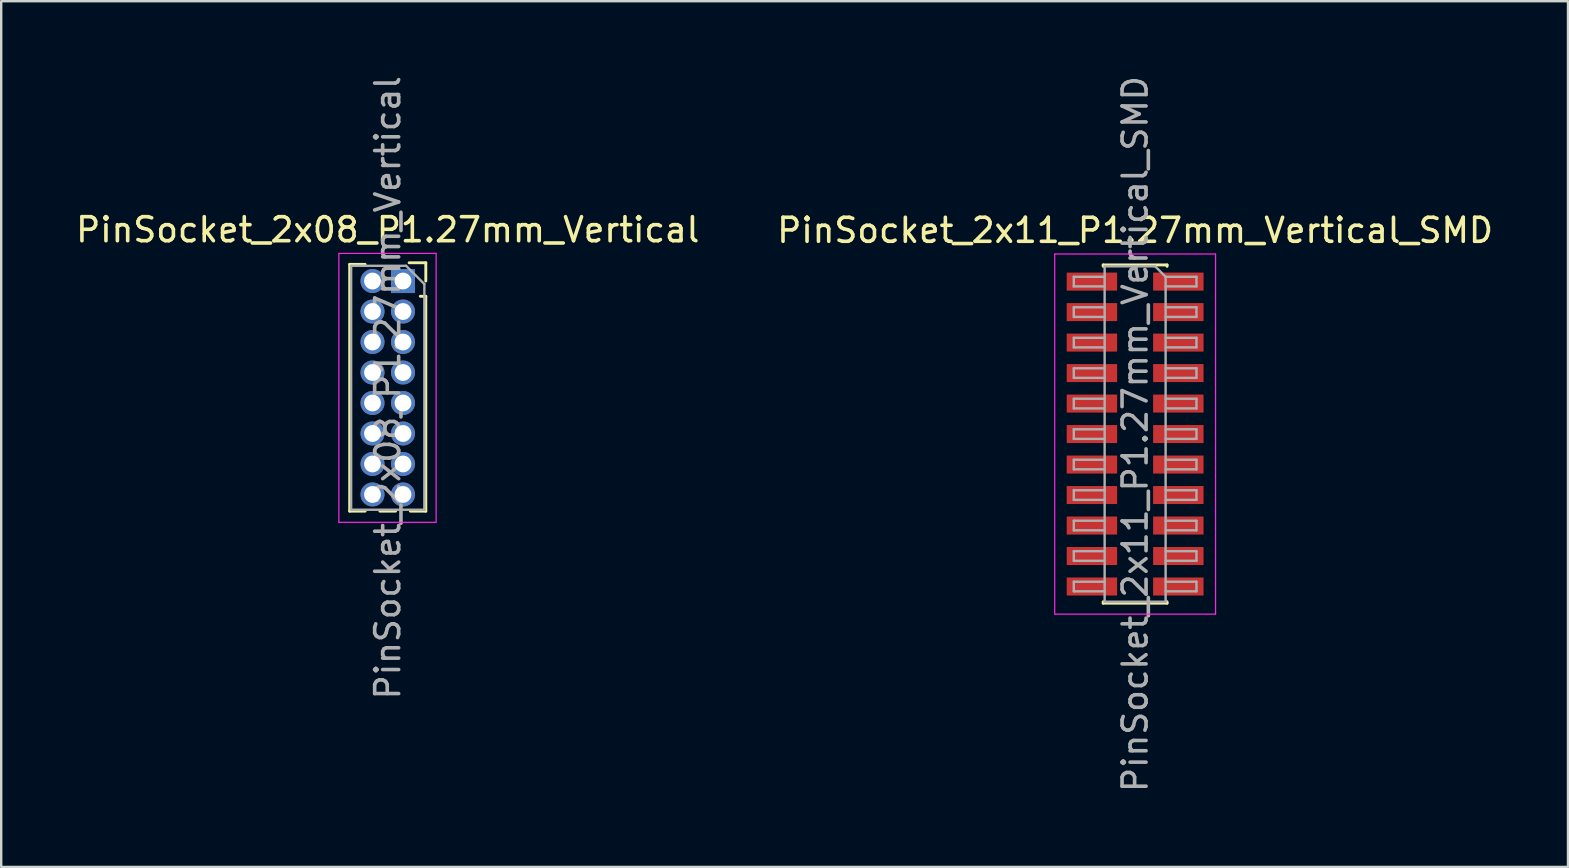
<source format=kicad_pcb>
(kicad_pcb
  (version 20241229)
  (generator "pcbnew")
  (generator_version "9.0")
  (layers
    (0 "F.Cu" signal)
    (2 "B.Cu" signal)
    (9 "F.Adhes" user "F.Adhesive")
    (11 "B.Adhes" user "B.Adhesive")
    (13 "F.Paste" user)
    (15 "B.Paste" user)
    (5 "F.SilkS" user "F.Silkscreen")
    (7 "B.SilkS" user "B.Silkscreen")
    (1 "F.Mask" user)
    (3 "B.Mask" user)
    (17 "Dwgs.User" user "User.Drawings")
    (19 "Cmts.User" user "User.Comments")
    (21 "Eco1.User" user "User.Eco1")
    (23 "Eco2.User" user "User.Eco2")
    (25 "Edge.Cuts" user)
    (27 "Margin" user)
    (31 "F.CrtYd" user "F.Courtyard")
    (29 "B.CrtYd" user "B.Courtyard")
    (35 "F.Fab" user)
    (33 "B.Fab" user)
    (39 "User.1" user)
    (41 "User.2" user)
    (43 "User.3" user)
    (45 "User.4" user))
  (footprint "PinSocket_2x11_P1.27mm_Vertical_SMD"
    (layer "F.Cu")
    (at 44.232 15.03)
    (property "Reference" "PinSocket_2x11_P1.27mm_Vertical_SMD" (at 0 -8.485 0) (layer "F.SilkS") (effects (font (size 1 1) (thickness 0.15))))
    (attr smd)
    (fp_line (start -1.33 -7.045) (end -1.33 -6.985) (stroke (width 0.12) (type solid)) (layer "F.SilkS"))
    (fp_line (start -1.33 -7.045) (end 1.33 -7.045) (stroke (width 0.12) (type solid)) (layer "F.SilkS"))
    (fp_line (start -1.33 6.985) (end -1.33 7.045) (stroke (width 0.12) (type solid)) (layer "F.SilkS"))
    (fp_line (start -1.33 7.045) (end 1.33 7.045) (stroke (width 0.12) (type solid)) (layer "F.SilkS"))
    (fp_line (start 1.33 -7.045) (end 1.33 -6.985) (stroke (width 0.12) (type solid)) (layer "F.SilkS"))
    (fp_line (start 1.33 6.985) (end 1.33 7.045) (stroke (width 0.12) (type solid)) (layer "F.SilkS"))
    (fp_line (start -3.35 -7.5) (end 3.35 -7.5) (stroke (width 0.05) (type solid)) (layer "F.CrtYd"))
    (fp_line (start -3.35 7.5) (end -3.35 -7.5) (stroke (width 0.05) (type solid)) (layer "F.CrtYd"))
    (fp_line (start 3.35 -7.5) (end 3.35 7.5) (stroke (width 0.05) (type solid)) (layer "F.CrtYd"))
    (fp_line (start 3.35 7.5) (end -3.35 7.5) (stroke (width 0.05) (type solid)) (layer "F.CrtYd"))
    (fp_line (start -2.555 -6.55) (end -1.27 -6.55) (stroke (width 0.1) (type solid)) (layer "F.Fab"))
    (fp_line (start -2.555 -6.15) (end -2.555 -6.55) (stroke (width 0.1) (type solid)) (layer "F.Fab"))
    (fp_line (start -2.555 -5.28) (end -1.27 -5.28) (stroke (width 0.1) (type solid)) (layer "F.Fab"))
    (fp_line (start -2.555 -4.88) (end -2.555 -5.28) (stroke (width 0.1) (type solid)) (layer "F.Fab"))
    (fp_line (start -2.555 -4.01) (end -1.27 -4.01) (stroke (width 0.1) (type solid)) (layer "F.Fab"))
    (fp_line (start -2.555 -3.61) (end -2.555 -4.01) (stroke (width 0.1) (type solid)) (layer "F.Fab"))
    (fp_line (start -2.555 -2.74) (end -1.27 -2.74) (stroke (width 0.1) (type solid)) (layer "F.Fab"))
    (fp_line (start -2.555 -2.34) (end -2.555 -2.74) (stroke (width 0.1) (type solid)) (layer "F.Fab"))
    (fp_line (start -2.555 -1.47) (end -1.27 -1.47) (stroke (width 0.1) (type solid)) (layer "F.Fab"))
    (fp_line (start -2.555 -1.07) (end -2.555 -1.47) (stroke (width 0.1) (type solid)) (layer "F.Fab"))
    (fp_line (start -2.555 -0.2) (end -1.27 -0.2) (stroke (width 0.1) (type solid)) (layer "F.Fab"))
    (fp_line (start -2.555 0.2) (end -2.555 -0.2) (stroke (width 0.1) (type solid)) (layer "F.Fab"))
    (fp_line (start -2.555 1.07) (end -1.27 1.07) (stroke (width 0.1) (type solid)) (layer "F.Fab"))
    (fp_line (start -2.555 1.47) (end -2.555 1.07) (stroke (width 0.1) (type solid)) (layer "F.Fab"))
    (fp_line (start -2.555 2.34) (end -1.27 2.34) (stroke (width 0.1) (type solid)) (layer "F.Fab"))
    (fp_line (start -2.555 2.74) (end -2.555 2.34) (stroke (width 0.1) (type solid)) (layer "F.Fab"))
    (fp_line (start -2.555 3.61) (end -1.27 3.61) (stroke (width 0.1) (type solid)) (layer "F.Fab"))
    (fp_line (start -2.555 4.01) (end -2.555 3.61) (stroke (width 0.1) (type solid)) (layer "F.Fab"))
    (fp_line (start -2.555 4.88) (end -1.27 4.88) (stroke (width 0.1) (type solid)) (layer "F.Fab"))
    (fp_line (start -2.555 5.28) (end -2.555 4.88) (stroke (width 0.1) (type solid)) (layer "F.Fab"))
    (fp_line (start -2.555 6.15) (end -1.27 6.15) (stroke (width 0.1) (type solid)) (layer "F.Fab"))
    (fp_line (start -2.555 6.55) (end -2.555 6.15) (stroke (width 0.1) (type solid)) (layer "F.Fab"))
    (fp_line (start -1.27 -6.985) (end 0.835 -6.985) (stroke (width 0.1) (type solid)) (layer "F.Fab"))
    (fp_line (start -1.27 -6.15) (end -2.555 -6.15) (stroke (width 0.1) (type solid)) (layer "F.Fab"))
    (fp_line (start -1.27 -4.88) (end -2.555 -4.88) (stroke (width 0.1) (type solid)) (layer "F.Fab"))
    (fp_line (start -1.27 -3.61) (end -2.555 -3.61) (stroke (width 0.1) (type solid)) (layer "F.Fab"))
    (fp_line (start -1.27 -2.34) (end -2.555 -2.34) (stroke (width 0.1) (type solid)) (layer "F.Fab"))
    (fp_line (start -1.27 -1.07) (end -2.555 -1.07) (stroke (width 0.1) (type solid)) (layer "F.Fab"))
    (fp_line (start -1.27 0.2) (end -2.555 0.2) (stroke (width 0.1) (type solid)) (layer "F.Fab"))
    (fp_line (start -1.27 1.47) (end -2.555 1.47) (stroke (width 0.1) (type solid)) (layer "F.Fab"))
    (fp_line (start -1.27 2.74) (end -2.555 2.74) (stroke (width 0.1) (type solid)) (layer "F.Fab"))
    (fp_line (start -1.27 4.01) (end -2.555 4.01) (stroke (width 0.1) (type solid)) (layer "F.Fab"))
    (fp_line (start -1.27 5.28) (end -2.555 5.28) (stroke (width 0.1) (type solid)) (layer "F.Fab"))
    (fp_line (start -1.27 6.55) (end -2.555 6.55) (stroke (width 0.1) (type solid)) (layer "F.Fab"))
    (fp_line (start -1.27 6.985) (end -1.27 -6.985) (stroke (width 0.1) (type solid)) (layer "F.Fab"))
    (fp_line (start 0.835 -6.985) (end 1.27 -6.55) (stroke (width 0.1) (type solid)) (layer "F.Fab"))
    (fp_line (start 1.27 -6.55) (end 1.27 6.985) (stroke (width 0.1) (type solid)) (layer "F.Fab"))
    (fp_line (start 1.27 -6.55) (end 2.555 -6.55) (stroke (width 0.1) (type solid)) (layer "F.Fab"))
    (fp_line (start 1.27 -5.28) (end 2.555 -5.28) (stroke (width 0.1) (type solid)) (layer "F.Fab"))
    (fp_line (start 1.27 -4.01) (end 2.555 -4.01) (stroke (width 0.1) (type solid)) (layer "F.Fab"))
    (fp_line (start 1.27 -2.74) (end 2.555 -2.74) (stroke (width 0.1) (type solid)) (layer "F.Fab"))
    (fp_line (start 1.27 -1.47) (end 2.555 -1.47) (stroke (width 0.1) (type solid)) (layer "F.Fab"))
    (fp_line (start 1.27 -0.2) (end 2.555 -0.2) (stroke (width 0.1) (type solid)) (layer "F.Fab"))
    (fp_line (start 1.27 1.07) (end 2.555 1.07) (stroke (width 0.1) (type solid)) (layer "F.Fab"))
    (fp_line (start 1.27 2.34) (end 2.555 2.34) (stroke (width 0.1) (type solid)) (layer "F.Fab"))
    (fp_line (start 1.27 3.61) (end 2.555 3.61) (stroke (width 0.1) (type solid)) (layer "F.Fab"))
    (fp_line (start 1.27 4.88) (end 2.555 4.88) (stroke (width 0.1) (type solid)) (layer "F.Fab"))
    (fp_line (start 1.27 6.15) (end 2.555 6.15) (stroke (width 0.1) (type solid)) (layer "F.Fab"))
    (fp_line (start 1.27 6.985) (end -1.27 6.985) (stroke (width 0.1) (type solid)) (layer "F.Fab"))
    (fp_line (start 2.555 -6.55) (end 2.555 -6.15) (stroke (width 0.1) (type solid)) (layer "F.Fab"))
    (fp_line (start 2.555 -6.15) (end 1.27 -6.15) (stroke (width 0.1) (type solid)) (layer "F.Fab"))
    (fp_line (start 2.555 -5.28) (end 2.555 -4.88) (stroke (width 0.1) (type solid)) (layer "F.Fab"))
    (fp_line (start 2.555 -4.88) (end 1.27 -4.88) (stroke (width 0.1) (type solid)) (layer "F.Fab"))
    (fp_line (start 2.555 -4.01) (end 2.555 -3.61) (stroke (width 0.1) (type solid)) (layer "F.Fab"))
    (fp_line (start 2.555 -3.61) (end 1.27 -3.61) (stroke (width 0.1) (type solid)) (layer "F.Fab"))
    (fp_line (start 2.555 -2.74) (end 2.555 -2.34) (stroke (width 0.1) (type solid)) (layer "F.Fab"))
    (fp_line (start 2.555 -2.34) (end 1.27 -2.34) (stroke (width 0.1) (type solid)) (layer "F.Fab"))
    (fp_line (start 2.555 -1.47) (end 2.555 -1.07) (stroke (width 0.1) (type solid)) (layer "F.Fab"))
    (fp_line (start 2.555 -1.07) (end 1.27 -1.07) (stroke (width 0.1) (type solid)) (layer "F.Fab"))
    (fp_line (start 2.555 -0.2) (end 2.555 0.2) (stroke (width 0.1) (type solid)) (layer "F.Fab"))
    (fp_line (start 2.555 0.2) (end 1.27 0.2) (stroke (width 0.1) (type solid)) (layer "F.Fab"))
    (fp_line (start 2.555 1.07) (end 2.555 1.47) (stroke (width 0.1) (type solid)) (layer "F.Fab"))
    (fp_line (start 2.555 1.47) (end 1.27 1.47) (stroke (width 0.1) (type solid)) (layer "F.Fab"))
    (fp_line (start 2.555 2.34) (end 2.555 2.74) (stroke (width 0.1) (type solid)) (layer "F.Fab"))
    (fp_line (start 2.555 2.74) (end 1.27 2.74) (stroke (width 0.1) (type solid)) (layer "F.Fab"))
    (fp_line (start 2.555 3.61) (end 2.555 4.01) (stroke (width 0.1) (type solid)) (layer "F.Fab"))
    (fp_line (start 2.555 4.01) (end 1.27 4.01) (stroke (width 0.1) (type solid)) (layer "F.Fab"))
    (fp_line (start 2.555 4.88) (end 2.555 5.28) (stroke (width 0.1) (type solid)) (layer "F.Fab"))
    (fp_line (start 2.555 5.28) (end 1.27 5.28) (stroke (width 0.1) (type solid)) (layer "F.Fab"))
    (fp_line (start 2.555 6.15) (end 2.555 6.55) (stroke (width 0.1) (type solid)) (layer "F.Fab"))
    (fp_line (start 2.555 6.55) (end 1.27 6.55) (stroke (width 0.1) (type solid)) (layer "F.Fab"))
    (fp_text user "${REFERENCE}" (at 0 0 90) (layer "F.Fab") (effects (font (size 1 1) (thickness 0.15))))
    (pad "1" smd rect (at 1.8 -6.35) (size 2.1 0.75) (layers "F.Cu" "F.Mask" "F.Paste"))
    (pad "2" smd rect (at -1.8 -6.35) (size 2.1 0.75) (layers "F.Cu" "F.Mask" "F.Paste"))
    (pad "3" smd rect (at 1.8 -5.08) (size 2.1 0.75) (layers "F.Cu" "F.Mask" "F.Paste"))
    (pad "4" smd rect (at -1.8 -5.08) (size 2.1 0.75) (layers "F.Cu" "F.Mask" "F.Paste"))
    (pad "5" smd rect (at 1.8 -3.81) (size 2.1 0.75) (layers "F.Cu" "F.Mask" "F.Paste"))
    (pad "6" smd rect (at -1.8 -3.81) (size 2.1 0.75) (layers "F.Cu" "F.Mask" "F.Paste"))
    (pad "7" smd rect (at 1.8 -2.54) (size 2.1 0.75) (layers "F.Cu" "F.Mask" "F.Paste"))
    (pad "8" smd rect (at -1.8 -2.54) (size 2.1 0.75) (layers "F.Cu" "F.Mask" "F.Paste"))
    (pad "9" smd rect (at 1.8 -1.27) (size 2.1 0.75) (layers "F.Cu" "F.Mask" "F.Paste"))
    (pad "10" smd rect (at -1.8 -1.27) (size 2.1 0.75) (layers "F.Cu" "F.Mask" "F.Paste"))
    (pad "11" smd rect (at 1.8 0) (size 2.1 0.75) (layers "F.Cu" "F.Mask" "F.Paste"))
    (pad "12" smd rect (at -1.8 0) (size 2.1 0.75) (layers "F.Cu" "F.Mask" "F.Paste"))
    (pad "13" smd rect (at 1.8 1.27) (size 2.1 0.75) (layers "F.Cu" "F.Mask" "F.Paste"))
    (pad "14" smd rect (at -1.8 1.27) (size 2.1 0.75) (layers "F.Cu" "F.Mask" "F.Paste"))
    (pad "15" smd rect (at 1.8 2.54) (size 2.1 0.75) (layers "F.Cu" "F.Mask" "F.Paste"))
    (pad "16" smd rect (at -1.8 2.54) (size 2.1 0.75) (layers "F.Cu" "F.Mask" "F.Paste"))
    (pad "17" smd rect (at 1.8 3.81) (size 2.1 0.75) (layers "F.Cu" "F.Mask" "F.Paste"))
    (pad "18" smd rect (at -1.8 3.81) (size 2.1 0.75) (layers "F.Cu" "F.Mask" "F.Paste"))
    (pad "19" smd rect (at 1.8 5.08) (size 2.1 0.75) (layers "F.Cu" "F.Mask" "F.Paste"))
    (pad "20" smd rect (at -1.8 5.08) (size 2.1 0.75) (layers "F.Cu" "F.Mask" "F.Paste"))
    (pad "21" smd rect (at 1.8 6.35) (size 2.1 0.75) (layers "F.Cu" "F.Mask" "F.Paste"))
    (pad "22" smd rect (at -1.8 6.35) (size 2.1 0.75) (layers "F.Cu" "F.Mask" "F.Paste")))
  (footprint "PinSocket_2x08_P1.27mm_Vertical"
    (layer "F.Cu")
    (at 13.736 8.656)
    (property "Reference" "PinSocket_2x08_P1.27mm_Vertical" (at -0.635 -2.135 0) (layer "F.SilkS") (effects (font (size 1 1) (thickness 0.15))))
    (attr through_hole)
    (fp_line (start -2.22 -0.695) (end -2.22 9.585) (stroke (width 0.12) (type solid)) (layer "F.SilkS"))
    (fp_line (start -2.22 -0.695) (end -1.578 -0.695) (stroke (width 0.12) (type solid)) (layer "F.SilkS"))
    (fp_line (start -2.22 9.585) (end -1.578 9.585) (stroke (width 0.12) (type solid)) (layer "F.SilkS"))
    (fp_line (start -0.962 9.585) (end -0.308 9.585) (stroke (width 0.12) (type solid)) (layer "F.SilkS"))
    (fp_line (start 0.255 -0.76) (end 0.95 -0.76) (stroke (width 0.12) (type solid)) (layer "F.SilkS"))
    (fp_line (start 0.308 9.585) (end 0.95 9.585) (stroke (width 0.12) (type solid)) (layer "F.SilkS"))
    (fp_line (start 0.722 0.635) (end 0.95 0.635) (stroke (width 0.12) (type solid)) (layer "F.SilkS"))
    (fp_line (start 0.95 -0.76) (end 0.95 0) (stroke (width 0.12) (type solid)) (layer "F.SilkS"))
    (fp_line (start 0.95 0.635) (end 0.95 9.585) (stroke (width 0.12) (type solid)) (layer "F.SilkS"))
    (fp_line (start -2.67 -1.15) (end 1.38 -1.15) (stroke (width 0.05) (type solid)) (layer "F.CrtYd"))
    (fp_line (start -2.67 10.05) (end -2.67 -1.15) (stroke (width 0.05) (type solid)) (layer "F.CrtYd"))
    (fp_line (start 1.38 -1.15) (end 1.38 10.05) (stroke (width 0.05) (type solid)) (layer "F.CrtYd"))
    (fp_line (start 1.38 10.05) (end -2.67 10.05) (stroke (width 0.05) (type solid)) (layer "F.CrtYd"))
    (fp_line (start -2.16 -0.635) (end 0.128 -0.635) (stroke (width 0.1) (type solid)) (layer "F.Fab"))
    (fp_line (start -2.16 9.525) (end -2.16 -0.635) (stroke (width 0.1) (type solid)) (layer "F.Fab"))
    (fp_line (start 0.128 -0.635) (end 0.89 0.128) (stroke (width 0.1) (type solid)) (layer "F.Fab"))
    (fp_line (start 0.89 0.128) (end 0.89 9.525) (stroke (width 0.1) (type solid)) (layer "F.Fab"))
    (fp_line (start 0.89 9.525) (end -2.16 9.525) (stroke (width 0.1) (type solid)) (layer "F.Fab"))
    (fp_text user "${REFERENCE}" (at -0.635 4.445 90) (layer "F.Fab") (effects (font (size 1 1) (thickness 0.15))))
    (pad "1" thru_hole rect (at 0 0) (size 1 1) (drill 0.7) (layers "*.Cu" "*.Mask"))
    (pad "2" thru_hole oval (at -1.27 0) (size 1 1) (drill 0.7) (layers "*.Cu" "*.Mask"))
    (pad "3" thru_hole oval (at 0 1.27) (size 1 1) (drill 0.7) (layers "*.Cu" "*.Mask"))
    (pad "4" thru_hole oval (at -1.27 1.27) (size 1 1) (drill 0.7) (layers "*.Cu" "*.Mask"))
    (pad "5" thru_hole oval (at 0 2.54) (size 1 1) (drill 0.7) (layers "*.Cu" "*.Mask"))
    (pad "6" thru_hole oval (at -1.27 2.54) (size 1 1) (drill 0.7) (layers "*.Cu" "*.Mask"))
    (pad "7" thru_hole oval (at 0 3.81) (size 1 1) (drill 0.7) (layers "*.Cu" "*.Mask"))
    (pad "8" thru_hole oval (at -1.27 3.81) (size 1 1) (drill 0.7) (layers "*.Cu" "*.Mask"))
    (pad "9" thru_hole oval (at 0 5.08) (size 1 1) (drill 0.7) (layers "*.Cu" "*.Mask"))
    (pad "10" thru_hole oval (at -1.27 5.08) (size 1 1) (drill 0.7) (layers "*.Cu" "*.Mask"))
    (pad "11" thru_hole oval (at 0 6.35) (size 1 1) (drill 0.7) (layers "*.Cu" "*.Mask"))
    (pad "12" thru_hole oval (at -1.27 6.35) (size 1 1) (drill 0.7) (layers "*.Cu" "*.Mask"))
    (pad "13" thru_hole oval (at 0 7.62) (size 1 1) (drill 0.7) (layers "*.Cu" "*.Mask"))
    (pad "14" thru_hole oval (at -1.27 7.62) (size 1 1) (drill 0.7) (layers "*.Cu" "*.Mask"))
    (pad "15" thru_hole oval (at 0 8.89) (size 1 1) (drill 0.7) (layers "*.Cu" "*.Mask"))
    (pad "16" thru_hole oval (at -1.27 8.89) (size 1 1) (drill 0.7) (layers "*.Cu" "*.Mask")))
  (gr_rect
    (start -3 -3)
    (end 62.262 33.06)
    (stroke (width 0.1) (type default))
    (fill no)
    (layer "Edge.Cuts")))
</source>
